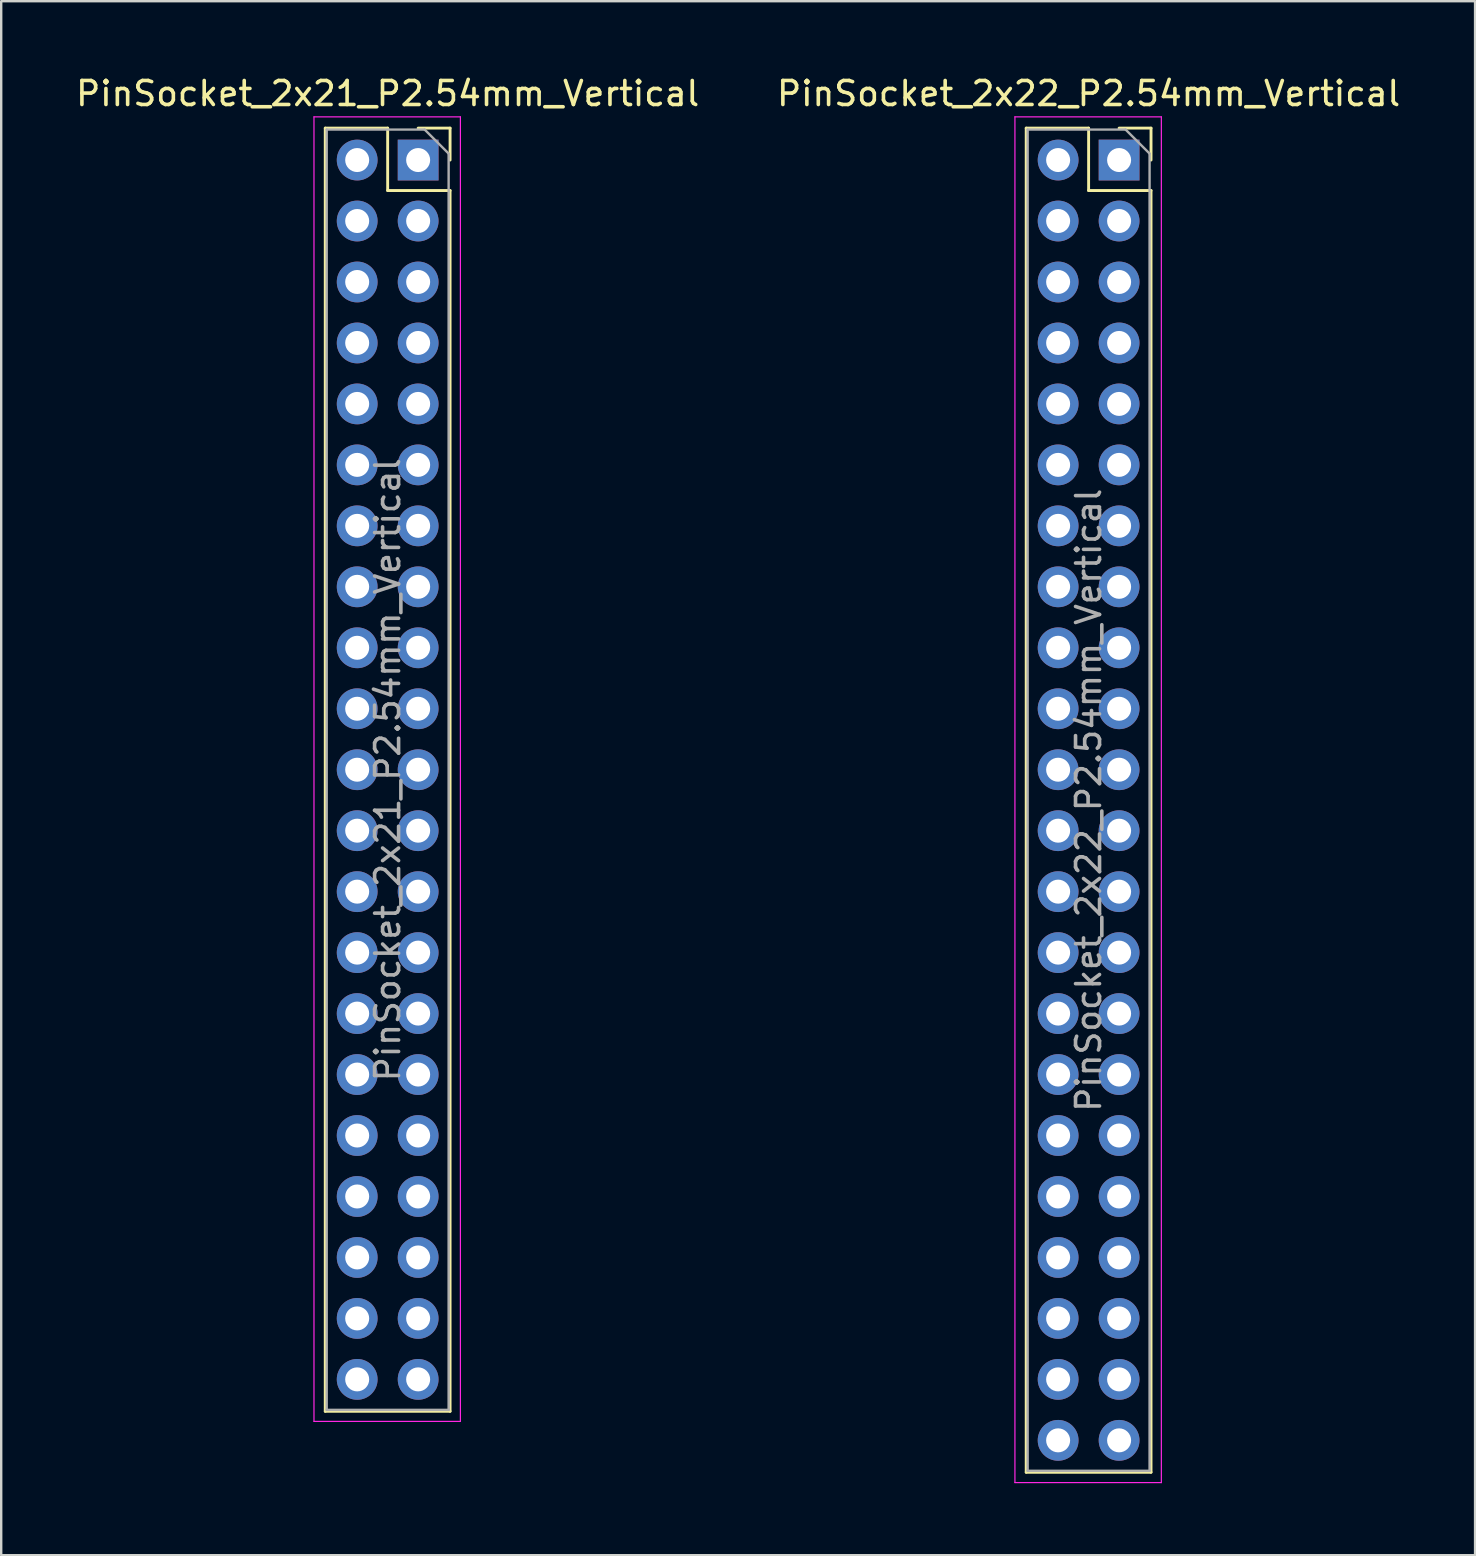
<source format=kicad_pcb>
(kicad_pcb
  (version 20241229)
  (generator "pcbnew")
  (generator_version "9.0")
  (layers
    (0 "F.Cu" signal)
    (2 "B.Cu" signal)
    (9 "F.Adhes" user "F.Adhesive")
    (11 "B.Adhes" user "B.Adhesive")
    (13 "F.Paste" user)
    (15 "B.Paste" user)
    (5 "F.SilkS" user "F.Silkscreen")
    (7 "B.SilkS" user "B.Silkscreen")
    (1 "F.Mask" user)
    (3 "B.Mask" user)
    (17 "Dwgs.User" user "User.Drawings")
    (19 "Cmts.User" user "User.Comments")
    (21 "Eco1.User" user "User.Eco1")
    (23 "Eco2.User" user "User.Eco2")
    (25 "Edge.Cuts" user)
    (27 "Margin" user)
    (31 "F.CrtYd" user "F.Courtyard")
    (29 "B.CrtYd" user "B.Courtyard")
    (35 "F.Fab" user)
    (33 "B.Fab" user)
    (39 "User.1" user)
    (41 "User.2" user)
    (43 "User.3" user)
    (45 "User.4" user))
  (footprint "PinSocket_2x21_P2.54mm_Vertical"
    (layer "F.Cu")
    (at 14.371 3.618)
    (property "Reference" "PinSocket_2x21_P2.54mm_Vertical" (at -1.27 -2.77 0) (layer "F.SilkS") (effects (font (size 1 1) (thickness 0.15))))
    (attr through_hole)
    (fp_line (start -3.87 -1.33) (end -3.87 52.13) (stroke (width 0.12) (type solid)) (layer "F.SilkS"))
    (fp_line (start -3.87 -1.33) (end -1.27 -1.33) (stroke (width 0.12) (type solid)) (layer "F.SilkS"))
    (fp_line (start -3.87 52.13) (end 1.33 52.13) (stroke (width 0.12) (type solid)) (layer "F.SilkS"))
    (fp_line (start -1.27 -1.33) (end -1.27 1.27) (stroke (width 0.12) (type solid)) (layer "F.SilkS"))
    (fp_line (start -1.27 1.27) (end 1.33 1.27) (stroke (width 0.12) (type solid)) (layer "F.SilkS"))
    (fp_line (start 0 -1.33) (end 1.33 -1.33) (stroke (width 0.12) (type solid)) (layer "F.SilkS"))
    (fp_line (start 1.33 -1.33) (end 1.33 0) (stroke (width 0.12) (type solid)) (layer "F.SilkS"))
    (fp_line (start 1.33 1.27) (end 1.33 52.13) (stroke (width 0.12) (type solid)) (layer "F.SilkS"))
    (fp_line (start -4.34 -1.8) (end 1.76 -1.8) (stroke (width 0.05) (type solid)) (layer "F.CrtYd"))
    (fp_line (start -4.34 52.55) (end -4.34 -1.8) (stroke (width 0.05) (type solid)) (layer "F.CrtYd"))
    (fp_line (start 1.76 -1.8) (end 1.76 52.55) (stroke (width 0.05) (type solid)) (layer "F.CrtYd"))
    (fp_line (start 1.76 52.55) (end -4.34 52.55) (stroke (width 0.05) (type solid)) (layer "F.CrtYd"))
    (fp_line (start -3.81 -1.27) (end 0.27 -1.27) (stroke (width 0.1) (type solid)) (layer "F.Fab"))
    (fp_line (start -3.81 52.07) (end -3.81 -1.27) (stroke (width 0.1) (type solid)) (layer "F.Fab"))
    (fp_line (start 0.27 -1.27) (end 1.27 -0.27) (stroke (width 0.1) (type solid)) (layer "F.Fab"))
    (fp_line (start 1.27 -0.27) (end 1.27 52.07) (stroke (width 0.1) (type solid)) (layer "F.Fab"))
    (fp_line (start 1.27 52.07) (end -3.81 52.07) (stroke (width 0.1) (type solid)) (layer "F.Fab"))
    (fp_text user "${REFERENCE}" (at -1.27 25.4 90) (layer "F.Fab") (effects (font (size 1 1) (thickness 0.15))))
    (pad "1" thru_hole rect (at 0 0) (size 1.7 1.7) (drill 1) (layers "*.Cu" "*.Mask"))
    (pad "2" thru_hole oval (at -2.54 0) (size 1.7 1.7) (drill 1) (layers "*.Cu" "*.Mask"))
    (pad "3" thru_hole oval (at 0 2.54) (size 1.7 1.7) (drill 1) (layers "*.Cu" "*.Mask"))
    (pad "4" thru_hole oval (at -2.54 2.54) (size 1.7 1.7) (drill 1) (layers "*.Cu" "*.Mask"))
    (pad "5" thru_hole oval (at 0 5.08) (size 1.7 1.7) (drill 1) (layers "*.Cu" "*.Mask"))
    (pad "6" thru_hole oval (at -2.54 5.08) (size 1.7 1.7) (drill 1) (layers "*.Cu" "*.Mask"))
    (pad "7" thru_hole oval (at 0 7.62) (size 1.7 1.7) (drill 1) (layers "*.Cu" "*.Mask"))
    (pad "8" thru_hole oval (at -2.54 7.62) (size 1.7 1.7) (drill 1) (layers "*.Cu" "*.Mask"))
    (pad "9" thru_hole oval (at 0 10.16) (size 1.7 1.7) (drill 1) (layers "*.Cu" "*.Mask"))
    (pad "10" thru_hole oval (at -2.54 10.16) (size 1.7 1.7) (drill 1) (layers "*.Cu" "*.Mask"))
    (pad "11" thru_hole oval (at 0 12.7) (size 1.7 1.7) (drill 1) (layers "*.Cu" "*.Mask"))
    (pad "12" thru_hole oval (at -2.54 12.7) (size 1.7 1.7) (drill 1) (layers "*.Cu" "*.Mask"))
    (pad "13" thru_hole oval (at 0 15.24) (size 1.7 1.7) (drill 1) (layers "*.Cu" "*.Mask"))
    (pad "14" thru_hole oval (at -2.54 15.24) (size 1.7 1.7) (drill 1) (layers "*.Cu" "*.Mask"))
    (pad "15" thru_hole oval (at 0 17.78) (size 1.7 1.7) (drill 1) (layers "*.Cu" "*.Mask"))
    (pad "16" thru_hole oval (at -2.54 17.78) (size 1.7 1.7) (drill 1) (layers "*.Cu" "*.Mask"))
    (pad "17" thru_hole oval (at 0 20.32) (size 1.7 1.7) (drill 1) (layers "*.Cu" "*.Mask"))
    (pad "18" thru_hole oval (at -2.54 20.32) (size 1.7 1.7) (drill 1) (layers "*.Cu" "*.Mask"))
    (pad "19" thru_hole oval (at 0 22.86) (size 1.7 1.7) (drill 1) (layers "*.Cu" "*.Mask"))
    (pad "20" thru_hole oval (at -2.54 22.86) (size 1.7 1.7) (drill 1) (layers "*.Cu" "*.Mask"))
    (pad "21" thru_hole oval (at 0 25.4) (size 1.7 1.7) (drill 1) (layers "*.Cu" "*.Mask"))
    (pad "22" thru_hole oval (at -2.54 25.4) (size 1.7 1.7) (drill 1) (layers "*.Cu" "*.Mask"))
    (pad "23" thru_hole oval (at 0 27.94) (size 1.7 1.7) (drill 1) (layers "*.Cu" "*.Mask"))
    (pad "24" thru_hole oval (at -2.54 27.94) (size 1.7 1.7) (drill 1) (layers "*.Cu" "*.Mask"))
    (pad "25" thru_hole oval (at 0 30.48) (size 1.7 1.7) (drill 1) (layers "*.Cu" "*.Mask"))
    (pad "26" thru_hole oval (at -2.54 30.48) (size 1.7 1.7) (drill 1) (layers "*.Cu" "*.Mask"))
    (pad "27" thru_hole oval (at 0 33.02) (size 1.7 1.7) (drill 1) (layers "*.Cu" "*.Mask"))
    (pad "28" thru_hole oval (at -2.54 33.02) (size 1.7 1.7) (drill 1) (layers "*.Cu" "*.Mask"))
    (pad "29" thru_hole oval (at 0 35.56) (size 1.7 1.7) (drill 1) (layers "*.Cu" "*.Mask"))
    (pad "30" thru_hole oval (at -2.54 35.56) (size 1.7 1.7) (drill 1) (layers "*.Cu" "*.Mask"))
    (pad "31" thru_hole oval (at 0 38.1) (size 1.7 1.7) (drill 1) (layers "*.Cu" "*.Mask"))
    (pad "32" thru_hole oval (at -2.54 38.1) (size 1.7 1.7) (drill 1) (layers "*.Cu" "*.Mask"))
    (pad "33" thru_hole oval (at 0 40.64) (size 1.7 1.7) (drill 1) (layers "*.Cu" "*.Mask"))
    (pad "34" thru_hole oval (at -2.54 40.64) (size 1.7 1.7) (drill 1) (layers "*.Cu" "*.Mask"))
    (pad "35" thru_hole oval (at 0 43.18) (size 1.7 1.7) (drill 1) (layers "*.Cu" "*.Mask"))
    (pad "36" thru_hole oval (at -2.54 43.18) (size 1.7 1.7) (drill 1) (layers "*.Cu" "*.Mask"))
    (pad "37" thru_hole oval (at 0 45.72) (size 1.7 1.7) (drill 1) (layers "*.Cu" "*.Mask"))
    (pad "38" thru_hole oval (at -2.54 45.72) (size 1.7 1.7) (drill 1) (layers "*.Cu" "*.Mask"))
    (pad "39" thru_hole oval (at 0 48.26) (size 1.7 1.7) (drill 1) (layers "*.Cu" "*.Mask"))
    (pad "40" thru_hole oval (at -2.54 48.26) (size 1.7 1.7) (drill 1) (layers "*.Cu" "*.Mask"))
    (pad "41" thru_hole oval (at 0 50.8) (size 1.7 1.7) (drill 1) (layers "*.Cu" "*.Mask"))
    (pad "42" thru_hole oval (at -2.54 50.8) (size 1.7 1.7) (drill 1) (layers "*.Cu" "*.Mask")))
  (footprint "PinSocket_2x22_P2.54mm_Vertical"
    (layer "F.Cu")
    (at 43.574 3.618)
    (property "Reference" "PinSocket_2x22_P2.54mm_Vertical" (at -1.27 -2.77 0) (layer "F.SilkS") (effects (font (size 1 1) (thickness 0.15))))
    (attr through_hole)
    (fp_line (start -3.87 -1.33) (end -3.87 54.67) (stroke (width 0.12) (type solid)) (layer "F.SilkS"))
    (fp_line (start -3.87 -1.33) (end -1.27 -1.33) (stroke (width 0.12) (type solid)) (layer "F.SilkS"))
    (fp_line (start -3.87 54.67) (end 1.33 54.67) (stroke (width 0.12) (type solid)) (layer "F.SilkS"))
    (fp_line (start -1.27 -1.33) (end -1.27 1.27) (stroke (width 0.12) (type solid)) (layer "F.SilkS"))
    (fp_line (start -1.27 1.27) (end 1.33 1.27) (stroke (width 0.12) (type solid)) (layer "F.SilkS"))
    (fp_line (start 0 -1.33) (end 1.33 -1.33) (stroke (width 0.12) (type solid)) (layer "F.SilkS"))
    (fp_line (start 1.33 -1.33) (end 1.33 0) (stroke (width 0.12) (type solid)) (layer "F.SilkS"))
    (fp_line (start 1.33 1.27) (end 1.33 54.67) (stroke (width 0.12) (type solid)) (layer "F.SilkS"))
    (fp_line (start -4.34 -1.8) (end 1.76 -1.8) (stroke (width 0.05) (type solid)) (layer "F.CrtYd"))
    (fp_line (start -4.34 55.1) (end -4.34 -1.8) (stroke (width 0.05) (type solid)) (layer "F.CrtYd"))
    (fp_line (start 1.76 -1.8) (end 1.76 55.1) (stroke (width 0.05) (type solid)) (layer "F.CrtYd"))
    (fp_line (start 1.76 55.1) (end -4.34 55.1) (stroke (width 0.05) (type solid)) (layer "F.CrtYd"))
    (fp_line (start -3.81 -1.27) (end 0.27 -1.27) (stroke (width 0.1) (type solid)) (layer "F.Fab"))
    (fp_line (start -3.81 54.61) (end -3.81 -1.27) (stroke (width 0.1) (type solid)) (layer "F.Fab"))
    (fp_line (start 0.27 -1.27) (end 1.27 -0.27) (stroke (width 0.1) (type solid)) (layer "F.Fab"))
    (fp_line (start 1.27 -0.27) (end 1.27 54.61) (stroke (width 0.1) (type solid)) (layer "F.Fab"))
    (fp_line (start 1.27 54.61) (end -3.81 54.61) (stroke (width 0.1) (type solid)) (layer "F.Fab"))
    (fp_text user "${REFERENCE}" (at -1.27 26.67 90) (layer "F.Fab") (effects (font (size 1 1) (thickness 0.15))))
    (pad "1" thru_hole rect (at 0 0) (size 1.7 1.7) (drill 1) (layers "*.Cu" "*.Mask"))
    (pad "2" thru_hole oval (at -2.54 0) (size 1.7 1.7) (drill 1) (layers "*.Cu" "*.Mask"))
    (pad "3" thru_hole oval (at 0 2.54) (size 1.7 1.7) (drill 1) (layers "*.Cu" "*.Mask"))
    (pad "4" thru_hole oval (at -2.54 2.54) (size 1.7 1.7) (drill 1) (layers "*.Cu" "*.Mask"))
    (pad "5" thru_hole oval (at 0 5.08) (size 1.7 1.7) (drill 1) (layers "*.Cu" "*.Mask"))
    (pad "6" thru_hole oval (at -2.54 5.08) (size 1.7 1.7) (drill 1) (layers "*.Cu" "*.Mask"))
    (pad "7" thru_hole oval (at 0 7.62) (size 1.7 1.7) (drill 1) (layers "*.Cu" "*.Mask"))
    (pad "8" thru_hole oval (at -2.54 7.62) (size 1.7 1.7) (drill 1) (layers "*.Cu" "*.Mask"))
    (pad "9" thru_hole oval (at 0 10.16) (size 1.7 1.7) (drill 1) (layers "*.Cu" "*.Mask"))
    (pad "10" thru_hole oval (at -2.54 10.16) (size 1.7 1.7) (drill 1) (layers "*.Cu" "*.Mask"))
    (pad "11" thru_hole oval (at 0 12.7) (size 1.7 1.7) (drill 1) (layers "*.Cu" "*.Mask"))
    (pad "12" thru_hole oval (at -2.54 12.7) (size 1.7 1.7) (drill 1) (layers "*.Cu" "*.Mask"))
    (pad "13" thru_hole oval (at 0 15.24) (size 1.7 1.7) (drill 1) (layers "*.Cu" "*.Mask"))
    (pad "14" thru_hole oval (at -2.54 15.24) (size 1.7 1.7) (drill 1) (layers "*.Cu" "*.Mask"))
    (pad "15" thru_hole oval (at 0 17.78) (size 1.7 1.7) (drill 1) (layers "*.Cu" "*.Mask"))
    (pad "16" thru_hole oval (at -2.54 17.78) (size 1.7 1.7) (drill 1) (layers "*.Cu" "*.Mask"))
    (pad "17" thru_hole oval (at 0 20.32) (size 1.7 1.7) (drill 1) (layers "*.Cu" "*.Mask"))
    (pad "18" thru_hole oval (at -2.54 20.32) (size 1.7 1.7) (drill 1) (layers "*.Cu" "*.Mask"))
    (pad "19" thru_hole oval (at 0 22.86) (size 1.7 1.7) (drill 1) (layers "*.Cu" "*.Mask"))
    (pad "20" thru_hole oval (at -2.54 22.86) (size 1.7 1.7) (drill 1) (layers "*.Cu" "*.Mask"))
    (pad "21" thru_hole oval (at 0 25.4) (size 1.7 1.7) (drill 1) (layers "*.Cu" "*.Mask"))
    (pad "22" thru_hole oval (at -2.54 25.4) (size 1.7 1.7) (drill 1) (layers "*.Cu" "*.Mask"))
    (pad "23" thru_hole oval (at 0 27.94) (size 1.7 1.7) (drill 1) (layers "*.Cu" "*.Mask"))
    (pad "24" thru_hole oval (at -2.54 27.94) (size 1.7 1.7) (drill 1) (layers "*.Cu" "*.Mask"))
    (pad "25" thru_hole oval (at 0 30.48) (size 1.7 1.7) (drill 1) (layers "*.Cu" "*.Mask"))
    (pad "26" thru_hole oval (at -2.54 30.48) (size 1.7 1.7) (drill 1) (layers "*.Cu" "*.Mask"))
    (pad "27" thru_hole oval (at 0 33.02) (size 1.7 1.7) (drill 1) (layers "*.Cu" "*.Mask"))
    (pad "28" thru_hole oval (at -2.54 33.02) (size 1.7 1.7) (drill 1) (layers "*.Cu" "*.Mask"))
    (pad "29" thru_hole oval (at 0 35.56) (size 1.7 1.7) (drill 1) (layers "*.Cu" "*.Mask"))
    (pad "30" thru_hole oval (at -2.54 35.56) (size 1.7 1.7) (drill 1) (layers "*.Cu" "*.Mask"))
    (pad "31" thru_hole oval (at 0 38.1) (size 1.7 1.7) (drill 1) (layers "*.Cu" "*.Mask"))
    (pad "32" thru_hole oval (at -2.54 38.1) (size 1.7 1.7) (drill 1) (layers "*.Cu" "*.Mask"))
    (pad "33" thru_hole oval (at 0 40.64) (size 1.7 1.7) (drill 1) (layers "*.Cu" "*.Mask"))
    (pad "34" thru_hole oval (at -2.54 40.64) (size 1.7 1.7) (drill 1) (layers "*.Cu" "*.Mask"))
    (pad "35" thru_hole oval (at 0 43.18) (size 1.7 1.7) (drill 1) (layers "*.Cu" "*.Mask"))
    (pad "36" thru_hole oval (at -2.54 43.18) (size 1.7 1.7) (drill 1) (layers "*.Cu" "*.Mask"))
    (pad "37" thru_hole oval (at 0 45.72) (size 1.7 1.7) (drill 1) (layers "*.Cu" "*.Mask"))
    (pad "38" thru_hole oval (at -2.54 45.72) (size 1.7 1.7) (drill 1) (layers "*.Cu" "*.Mask"))
    (pad "39" thru_hole oval (at 0 48.26) (size 1.7 1.7) (drill 1) (layers "*.Cu" "*.Mask"))
    (pad "40" thru_hole oval (at -2.54 48.26) (size 1.7 1.7) (drill 1) (layers "*.Cu" "*.Mask"))
    (pad "41" thru_hole oval (at 0 50.8) (size 1.7 1.7) (drill 1) (layers "*.Cu" "*.Mask"))
    (pad "42" thru_hole oval (at -2.54 50.8) (size 1.7 1.7) (drill 1) (layers "*.Cu" "*.Mask"))
    (pad "43" thru_hole oval (at 0 53.34) (size 1.7 1.7) (drill 1) (layers "*.Cu" "*.Mask"))
    (pad "44" thru_hole oval (at -2.54 53.34) (size 1.7 1.7) (drill 1) (layers "*.Cu" "*.Mask")))
  (gr_rect
    (start -3 -3)
    (end 58.405 61.743)
    (stroke (width 0.1) (type default))
    (fill no)
    (layer "Edge.Cuts")))
</source>
